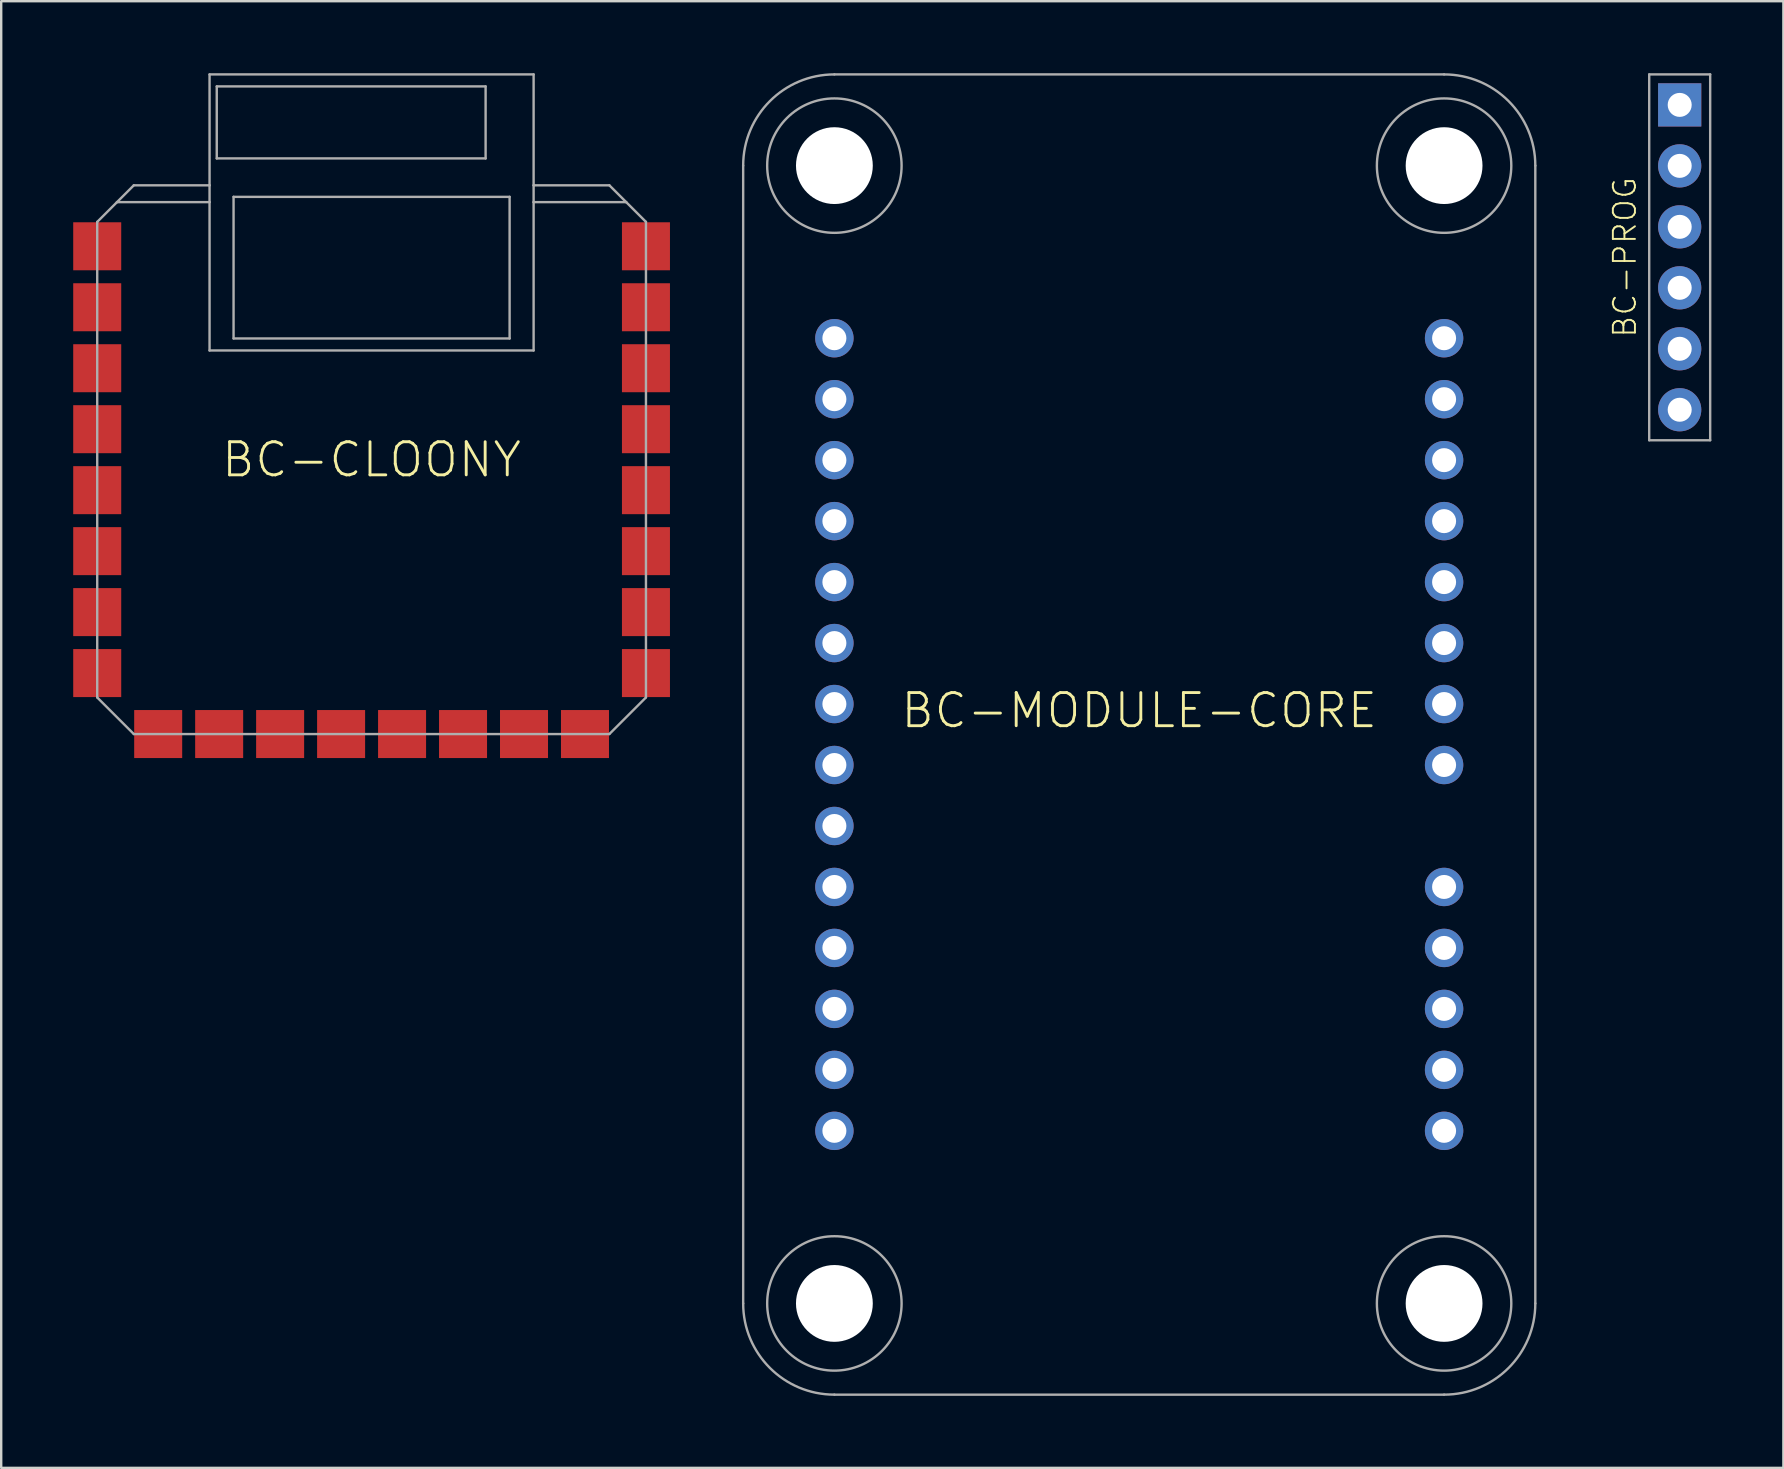
<source format=kicad_pcb>
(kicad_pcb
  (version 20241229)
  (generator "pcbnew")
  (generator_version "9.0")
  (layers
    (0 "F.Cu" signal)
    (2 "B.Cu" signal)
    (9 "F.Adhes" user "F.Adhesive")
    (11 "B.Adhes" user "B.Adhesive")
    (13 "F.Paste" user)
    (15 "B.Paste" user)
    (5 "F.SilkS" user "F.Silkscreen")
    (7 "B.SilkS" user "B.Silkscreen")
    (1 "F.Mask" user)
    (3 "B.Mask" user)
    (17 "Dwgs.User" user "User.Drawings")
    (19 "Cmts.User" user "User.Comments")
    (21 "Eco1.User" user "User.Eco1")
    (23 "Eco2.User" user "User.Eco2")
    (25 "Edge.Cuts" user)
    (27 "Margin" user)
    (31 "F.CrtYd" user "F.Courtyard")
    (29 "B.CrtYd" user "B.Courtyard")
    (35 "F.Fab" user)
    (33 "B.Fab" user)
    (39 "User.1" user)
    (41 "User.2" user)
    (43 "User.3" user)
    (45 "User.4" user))
  (footprint "BC-MODULE-CORE"
    (layer "F.Cu")
    (at 44.41 27.55)
    (property "Reference" "BC-MODULE-CORE" (at 0 -1 0) (unlocked yes) (layer "F.SilkS") (effects (font (size 1.38 1.38) (thickness 0.12))))
    (fp_line (start -16.5 23.7) (end -16.5 -23.7) (stroke (width 0.1) (type solid)) (layer "F.Fab"))
    (fp_line (start -12.7 -27.5) (end 12.7 -27.5) (stroke (width 0.1) (type solid)) (layer "F.Fab"))
    (fp_line (start 12.7 27.5) (end -12.7 27.5) (stroke (width 0.1) (type solid)) (layer "F.Fab"))
    (fp_line (start 16.5 -23.7) (end 16.5 23.7) (stroke (width 0.1) (type solid)) (layer "F.Fab"))
    (fp_arc (start -16.5 -23.7) (mid -15.387006 -26.387006) (end -12.7 -27.5) (stroke (width 0.1) (type solid)) (layer "F.Fab"))
    (fp_arc (start -12.7 27.5) (mid -15.387006 26.387006) (end -16.5 23.7) (stroke (width 0.1) (type solid)) (layer "F.Fab"))
    (fp_arc (start 12.7 -27.5) (mid 15.387006 -26.387006) (end 16.5 -23.7) (stroke (width 0.1) (type solid)) (layer "F.Fab"))
    (fp_arc (start 16.5 23.7) (mid 15.387006 26.387006) (end 12.7 27.5) (stroke (width 0.1) (type solid)) (layer "F.Fab"))
    (fp_circle (center -12.7 -23.7) (end -9.9 -23.7) (stroke (width 0.1) (type solid)) (fill no) (layer "F.Fab"))
    (fp_circle (center -12.7 23.7) (end -9.9 23.7) (stroke (width 0.1) (type solid)) (fill no) (layer "F.Fab"))
    (fp_circle (center 12.7 -23.7) (end 15.5 -23.7) (stroke (width 0.1) (type solid)) (fill no) (layer "F.Fab"))
    (fp_circle (center 12.7 23.7) (end 15.5 23.7) (stroke (width 0.1) (type solid)) (fill no) (layer "F.Fab"))
    (pad "" np_thru_hole circle (at -12.7 -23.7) (size 3.2 3.2) (drill 3.2) (layers "*.Cu" "*.Mask"))
    (pad "" np_thru_hole circle (at -12.7 23.7) (size 3.2 3.2) (drill 3.2) (layers "*.Cu" "*.Mask"))
    (pad "" np_thru_hole circle (at 12.7 -23.7) (size 3.2 3.2) (drill 3.2) (layers "*.Cu" "*.Mask"))
    (pad "" np_thru_hole circle (at 12.7 23.7) (size 3.2 3.2) (drill 3.2) (layers "*.Cu" "*.Mask"))
    (pad "1" thru_hole circle (at -12.7 -16.51 270) (size 1.6 1.6) (drill 1) (layers "*.Cu"))
    (pad "2" thru_hole circle (at -12.7 -13.97 270) (size 1.6 1.6) (drill 1) (layers "*.Cu"))
    (pad "3" thru_hole circle (at -12.7 -11.43 270) (size 1.6 1.6) (drill 1) (layers "*.Cu"))
    (pad "4" thru_hole circle (at -12.7 -8.89 270) (size 1.6 1.6) (drill 1) (layers "*.Cu"))
    (pad "5" thru_hole circle (at -12.7 -6.35 270) (size 1.6 1.6) (drill 1) (layers "*.Cu"))
    (pad "6" thru_hole circle (at -12.7 -3.81 270) (size 1.6 1.6) (drill 1) (layers "*.Cu"))
    (pad "7" thru_hole circle (at -12.7 -1.27 270) (size 1.6 1.6) (drill 1) (layers "*.Cu"))
    (pad "8" thru_hole circle (at -12.7 1.27 270) (size 1.6 1.6) (drill 1) (layers "*.Cu"))
    (pad "9" thru_hole circle (at -12.7 3.81 270) (size 1.6 1.6) (drill 1) (layers "*.Cu"))
    (pad "10" thru_hole circle (at -12.7 6.35 270) (size 1.6 1.6) (drill 1) (layers "*.Cu"))
    (pad "11" thru_hole circle (at -12.7 8.89 270) (size 1.6 1.6) (drill 1) (layers "*.Cu"))
    (pad "12" thru_hole circle (at -12.7 11.43 270) (size 1.6 1.6) (drill 1) (layers "*.Cu"))
    (pad "13" thru_hole circle (at -12.7 13.97 270) (size 1.6 1.6) (drill 1) (layers "*.Cu"))
    (pad "14" thru_hole circle (at -12.7 16.51 270) (size 1.6 1.6) (drill 1) (layers "*.Cu"))
    (pad "15" thru_hole circle (at 12.7 16.51 90) (size 1.6 1.6) (drill 1) (layers "*.Cu"))
    (pad "16" thru_hole circle (at 12.7 13.97 90) (size 1.6 1.6) (drill 1) (layers "*.Cu"))
    (pad "17" thru_hole circle (at 12.7 11.43 90) (size 1.6 1.6) (drill 1) (layers "*.Cu"))
    (pad "18" thru_hole circle (at 12.7 8.89 90) (size 1.6 1.6) (drill 1) (layers "*.Cu"))
    (pad "19" thru_hole circle (at 12.7 6.35 90) (size 1.6 1.6) (drill 1) (layers "*.Cu"))
    (pad "21" thru_hole circle (at 12.7 1.27 90) (size 1.6 1.6) (drill 1) (layers "*.Cu"))
    (pad "22" thru_hole circle (at 12.7 -1.27 90) (size 1.6 1.6) (drill 1) (layers "*.Cu"))
    (pad "23" thru_hole circle (at 12.7 -3.81 90) (size 1.6 1.6) (drill 1) (layers "*.Cu"))
    (pad "24" thru_hole circle (at 12.7 -6.35 90) (size 1.6 1.6) (drill 1) (layers "*.Cu"))
    (pad "25" thru_hole circle (at 12.7 -8.89 90) (size 1.6 1.6) (drill 1) (layers "*.Cu"))
    (pad "26" thru_hole circle (at 12.7 -11.43 90) (size 1.6 1.6) (drill 1) (layers "*.Cu"))
    (pad "27" thru_hole circle (at 12.7 -13.97 90) (size 1.6 1.6) (drill 1) (layers "*.Cu"))
    (pad "28" thru_hole circle (at 12.7 -16.51 90) (size 1.6 1.6) (drill 1) (layers "*.Cu")))
  (footprint "BC-PROG"
    (layer "F.Cu")
    (at 66.925 7.67)
    (property "Reference" "BC-PROG" (at -2.286 0 90) (unlocked yes) (layer "F.SilkS") (effects (font (size 0.92 0.92) (thickness 0.08))))
    (fp_line (start -1.27 -7.62) (end -1.27 7.62) (stroke (width 0.1) (type solid)) (layer "F.Fab"))
    (fp_line (start -1.27 7.62) (end 1.27 7.62) (stroke (width 0.1) (type solid)) (layer "F.Fab"))
    (fp_line (start 1.27 -7.62) (end -1.27 -7.62) (stroke (width 0.1) (type solid)) (layer "F.Fab"))
    (fp_line (start 1.27 7.62) (end 1.27 -7.62) (stroke (width 0.1) (type solid)) (layer "F.Fab"))
    (pad "1" thru_hole rect (at 0 -6.35 270) (size 1.8 1.8) (drill 1) (layers "*.Cu" "*.Mask"))
    (pad "2" thru_hole circle (at 0 -3.81 270) (size 1.8 1.8) (drill 1) (layers "*.Cu" "*.Mask"))
    (pad "3" thru_hole circle (at 0 -1.27 270) (size 1.8 1.8) (drill 1) (layers "*.Cu" "*.Mask"))
    (pad "4" thru_hole circle (at 0 1.27 270) (size 1.8 1.8) (drill 1) (layers "*.Cu" "*.Mask"))
    (pad "5" thru_hole circle (at 0 3.81 270) (size 1.8 1.8) (drill 1) (layers "*.Cu" "*.Mask"))
    (pad "6" thru_hole circle (at 0 6.35 270) (size 1.8 1.8) (drill 1) (layers "*.Cu" "*.Mask")))
  (footprint "BC-CLOONY"
    (layer "F.Cu")
    (at 12.43 16.1)
    (property "Reference" "BC-CLOONY" (at 0 0 0) (unlocked yes) (layer "F.SilkS") (effects (font (size 1.38 1.38) (thickness 0.12))))
    (fp_line (start -11.43 -9.906) (end -11.43 9.906) (stroke (width 0.1) (type solid)) (layer "F.Fab"))
    (fp_line (start -11.43 9.906) (end -9.906 11.43) (stroke (width 0.1) (type solid)) (layer "F.Fab"))
    (fp_line (start -10.606 -10.73) (end -11.43 -9.906) (stroke (width 0.1) (type solid)) (layer "F.Fab"))
    (fp_line (start -10.606 -10.73) (end -9.906 -11.43) (stroke (width 0.1) (type solid)) (layer "F.Fab"))
    (fp_line (start -9.906 -11.43) (end -6.75 -11.43) (stroke (width 0.1) (type solid)) (layer "F.Fab"))
    (fp_line (start -9.906 11.43) (end 9.906 11.43) (stroke (width 0.1) (type solid)) (layer "F.Fab"))
    (fp_line (start -6.75 -16.05) (end -6.75 -11.43) (stroke (width 0.1) (type solid)) (layer "F.Fab"))
    (fp_line (start -6.75 -11.43) (end -6.75 -10.73) (stroke (width 0.1) (type solid)) (layer "F.Fab"))
    (fp_line (start -6.75 -10.73) (end -10.606 -10.73) (stroke (width 0.1) (type solid)) (layer "F.Fab"))
    (fp_line (start -6.75 -10.73) (end -6.75 -4.55) (stroke (width 0.1) (type solid)) (layer "F.Fab"))
    (fp_line (start -6.75 -4.55) (end 6.75 -4.55) (stroke (width 0.1) (type solid)) (layer "F.Fab"))
    (fp_line (start -6.45 -15.55) (end 4.75 -15.55) (stroke (width 0.1) (type solid)) (layer "F.Fab"))
    (fp_line (start -6.45 -12.55) (end -6.45 -15.55) (stroke (width 0.1) (type solid)) (layer "F.Fab"))
    (fp_line (start -5.75 -10.95) (end -5.75 -5.05) (stroke (width 0.1) (type solid)) (layer "F.Fab"))
    (fp_line (start -5.75 -5.05) (end 5.75 -5.05) (stroke (width 0.1) (type solid)) (layer "F.Fab"))
    (fp_line (start 4.75 -15.55) (end 4.75 -12.55) (stroke (width 0.1) (type solid)) (layer "F.Fab"))
    (fp_line (start 4.75 -12.55) (end -6.45 -12.55) (stroke (width 0.1) (type solid)) (layer "F.Fab"))
    (fp_line (start 5.75 -10.95) (end -5.75 -10.95) (stroke (width 0.1) (type solid)) (layer "F.Fab"))
    (fp_line (start 5.75 -5.05) (end 5.75 -10.95) (stroke (width 0.1) (type solid)) (layer "F.Fab"))
    (fp_line (start 6.75 -16.05) (end -6.75 -16.05) (stroke (width 0.1) (type solid)) (layer "F.Fab"))
    (fp_line (start 6.75 -11.43) (end 6.75 -16.05) (stroke (width 0.1) (type solid)) (layer "F.Fab"))
    (fp_line (start 6.75 -10.73) (end 6.75 -11.43) (stroke (width 0.1) (type solid)) (layer "F.Fab"))
    (fp_line (start 6.75 -10.73) (end 10.606 -10.73) (stroke (width 0.1) (type solid)) (layer "F.Fab"))
    (fp_line (start 6.75 -4.55) (end 6.75 -10.73) (stroke (width 0.1) (type solid)) (layer "F.Fab"))
    (fp_line (start 9.906 -11.43) (end 6.75 -11.43) (stroke (width 0.1) (type solid)) (layer "F.Fab"))
    (fp_line (start 9.906 11.43) (end 11.43 9.906) (stroke (width 0.1) (type solid)) (layer "F.Fab"))
    (fp_line (start 10.606 -10.73) (end 9.906 -11.43) (stroke (width 0.1) (type solid)) (layer "F.Fab"))
    (fp_line (start 10.606 -10.73) (end 11.43 -9.906) (stroke (width 0.1) (type solid)) (layer "F.Fab"))
    (fp_line (start 11.43 9.906) (end 11.43 -9.906) (stroke (width 0.1) (type solid)) (layer "F.Fab"))
    (pad "1" smd rect (at -11.43 -8.89) (size 2 2) (layers "F.Cu" "F.Mask" "F.Paste"))
    (pad "2" smd rect (at -11.43 -6.35) (size 2 2) (layers "F.Cu" "F.Mask" "F.Paste"))
    (pad "3" smd rect (at -11.43 -3.81) (size 2 2) (layers "F.Cu" "F.Mask" "F.Paste"))
    (pad "4" smd rect (at -11.43 -1.27) (size 2 2) (layers "F.Cu" "F.Mask" "F.Paste"))
    (pad "5" smd rect (at -11.43 1.27) (size 2 2) (layers "F.Cu" "F.Mask" "F.Paste"))
    (pad "6" smd rect (at -11.43 3.81) (size 2 2) (layers "F.Cu" "F.Mask" "F.Paste"))
    (pad "7" smd rect (at -11.43 6.35) (size 2 2) (layers "F.Cu" "F.Mask" "F.Paste"))
    (pad "8" smd rect (at -11.43 8.89) (size 2 2) (layers "F.Cu" "F.Mask" "F.Paste"))
    (pad "9" smd rect (at -8.89 11.43) (size 2 2) (layers "F.Cu" "F.Mask" "F.Paste"))
    (pad "10" smd rect (at -6.35 11.43) (size 2 2) (layers "F.Cu" "F.Mask" "F.Paste"))
    (pad "11" smd rect (at -3.81 11.43) (size 2 2) (layers "F.Cu" "F.Mask" "F.Paste"))
    (pad "12" smd rect (at -1.27 11.43) (size 2 2) (layers "F.Cu" "F.Mask" "F.Paste"))
    (pad "13" smd rect (at 1.27 11.43) (size 2 2) (layers "F.Cu" "F.Mask" "F.Paste"))
    (pad "14" smd rect (at 3.81 11.43) (size 2 2) (layers "F.Cu" "F.Mask" "F.Paste"))
    (pad "15" smd rect (at 6.35 11.43) (size 2 2) (layers "F.Cu" "F.Mask" "F.Paste"))
    (pad "16" smd rect (at 8.89 11.43) (size 2 2) (layers "F.Cu" "F.Mask" "F.Paste"))
    (pad "17" smd rect (at 11.43 8.89) (size 2 2) (layers "F.Cu" "F.Mask" "F.Paste"))
    (pad "18" smd rect (at 11.43 6.35) (size 2 2) (layers "F.Cu" "F.Mask" "F.Paste"))
    (pad "19" smd rect (at 11.43 3.81) (size 2 2) (layers "F.Cu" "F.Mask" "F.Paste"))
    (pad "20" smd rect (at 11.43 1.27) (size 2 2) (layers "F.Cu" "F.Mask" "F.Paste"))
    (pad "21" smd rect (at 11.43 -1.27) (size 2 2) (layers "F.Cu" "F.Mask" "F.Paste"))
    (pad "22" smd rect (at 11.43 -3.81) (size 2 2) (layers "F.Cu" "F.Mask" "F.Paste"))
    (pad "23" smd rect (at 11.43 -6.35) (size 2 2) (layers "F.Cu" "F.Mask" "F.Paste"))
    (pad "24" smd rect (at 11.43 -8.89) (size 2 2) (layers "F.Cu" "F.Mask" "F.Paste")))
  (gr_rect
    (start -3 -3)
    (end 71.245 58.1)
    (stroke (width 0.1) (type default))
    (fill no)
    (layer "Edge.Cuts")))
</source>
